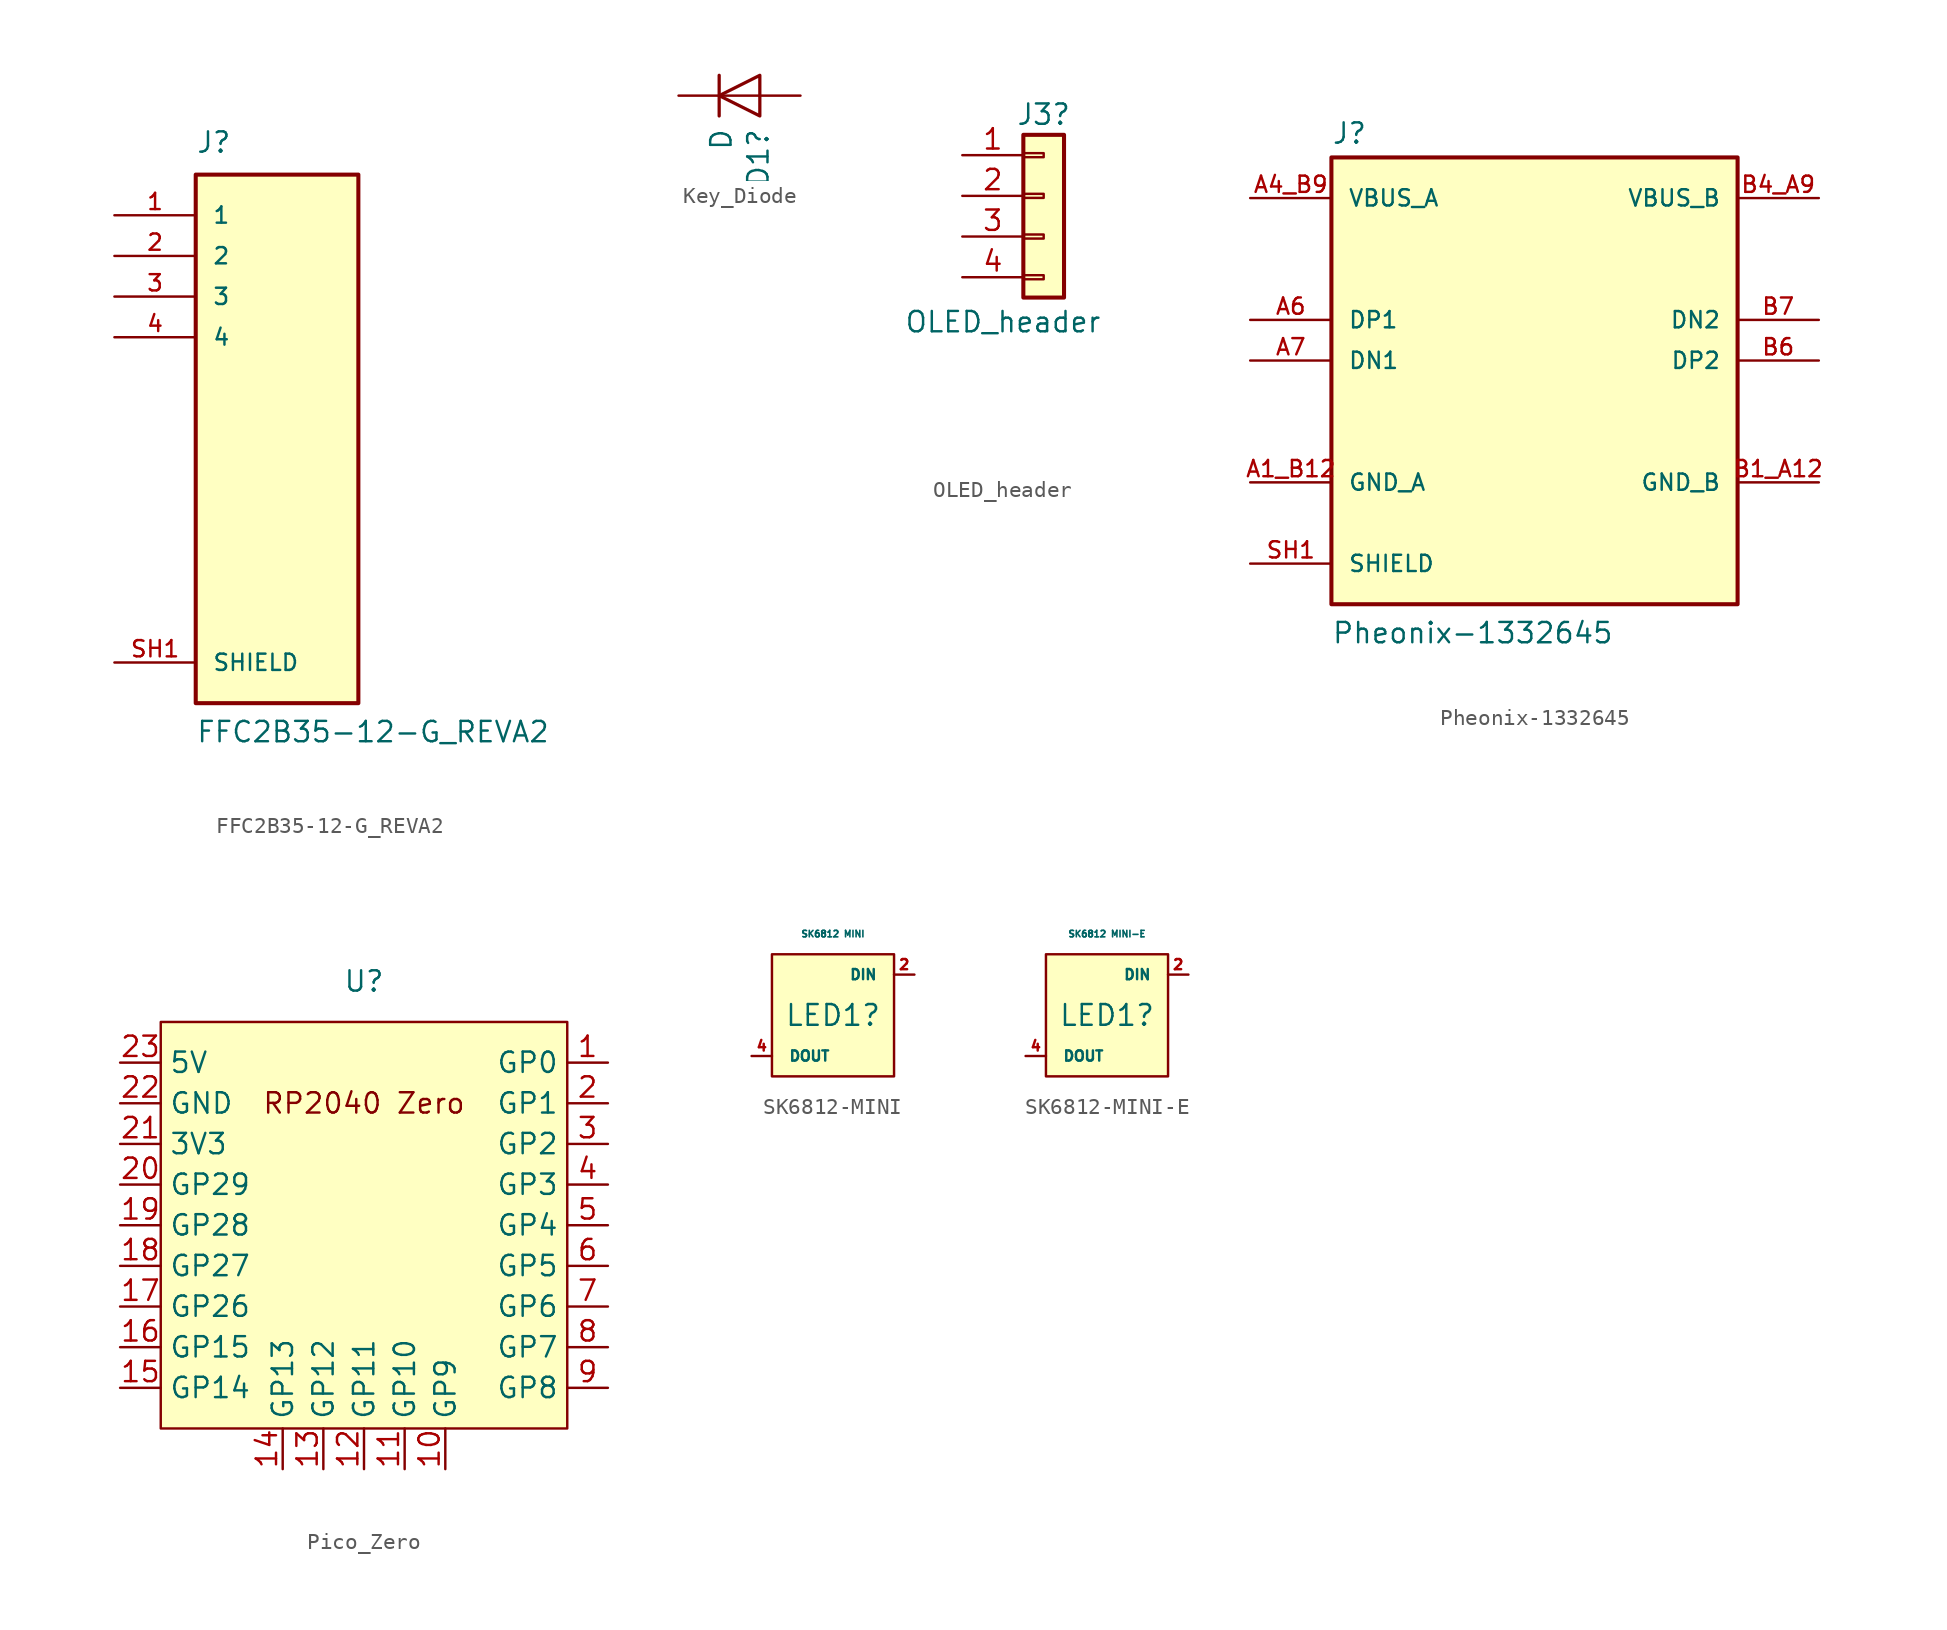
<source format=kicad_sym>
(kicad_symbol_lib
  (version 20241209)
  (generator "kicad_symbol_editor")
  (generator_version "9.0")
  (symbol "FFC2B35-12-G_REVA2"
    (pin_names
      (offset 1.016))
    (property "Reference" "J"
      (at -5.08 19.05 0)
      (effects (font (size 1.27 1.27)) (justify left bottom)))
    (property "Value" "FFC2B35-12-G_REVA2"
      (at -5.08 -17.78 0)
      (effects (font (size 1.27 1.27)) (justify left bottom)))
    (symbol "FFC2B35-12-G_REVA2_0_0"
      (rectangle (start -5.08 -15.24) (end 5.08 17.78) (stroke (width 0.254) (type default)) (fill (type background)))
      (pin passive line (at -10.16 15.24 0) (length 5.08) (name "1" (effects (font (size 1.016 1.016)))) (number "1" (effects (font (size 1.016 1.016)))))
      (pin passive line (at -10.16 12.7 0) (length 5.08) (name "2" (effects (font (size 1.016 1.016)))) (number "2" (effects (font (size 1.016 1.016)))))
      (pin passive line (at -10.16 10.16 0) (length 5.08) (name "3" (effects (font (size 1.016 1.016)))) (number "3" (effects (font (size 1.016 1.016)))))
      (pin passive line (at -10.16 7.62 0) (length 5.08) (name "4" (effects (font (size 1.016 1.016)))) (number "4" (effects (font (size 1.016 1.016))))))
    (symbol "FFC2B35-12-G_REVA2_1_0"
      (pin passive line (at -10.16 -12.7 0) (length 5.08) (name "SHIELD" (effects (font (size 1.016 1.016)))) (number "SH1" (effects (font (size 1.016 1.016)))))))
  (symbol "Key_Diode"
    (pin_numbers
      (hide yes))
    (pin_names
      (offset 1.016)
      (hide yes))
    (property "Reference" "D1"
      (at 1.168 -2.007 90)
      (effects (font (size 1.27 1.27)) (justify right)))
    (property "Value" "D"
      (at -1.143 -2.007 90)
      (effects (font (size 1.27 1.27)) (justify right)))
    (symbol "Key_Diode_0_1"
      (polyline (pts (xy -1.27 1.27) (xy -1.27 -1.27)) (stroke (width 0.203) (type solid)) (fill (type none)))
      (polyline (pts (xy 1.27 1.27) (xy 1.27 -1.27) (xy -1.27 0) (xy 1.27 1.27)) (stroke (width 0.203) (type solid)) (fill (type none)))
      (polyline (pts (xy 1.27 0) (xy -1.27 0)) (stroke (width 0) (type solid)) (fill (type none))))
    (symbol "Key_Diode_1_1"
      (pin passive line (at -3.81 0 0) (length 2.54) (name "K" (effects (font (size 1.27 1.27)))) (number "1" (effects (font (size 1.27 1.27)))))
      (pin passive line (at 3.81 0 180) (length 2.54) (name "A" (effects (font (size 1.27 1.27)))) (number "2" (effects (font (size 1.27 1.27)))))))
  (symbol "OLED_header"
    (pin_names
      (offset 1.016)
      (hide yes))
    (property "Reference" "J3"
      (at 0 5.08 0)
      (effects (font (size 1.27 1.27))))
    (property "Value" "OLED_header"
      (at -2.54 -7.874 0)
      (effects (font (size 1.27 1.27))))
    (symbol "OLED_header_1_1"
      (rectangle (start -1.27 3.81) (end 1.27 -6.35) (stroke (width 0.254) (type default)) (fill (type background)))
      (rectangle (start -1.27 2.667) (end 0 2.413) (stroke (width 0.152) (type default)) (fill (type none)))
      (rectangle (start -1.27 0.127) (end 0 -0.127) (stroke (width 0.152) (type default)) (fill (type none)))
      (rectangle (start -1.27 -2.413) (end 0 -2.667) (stroke (width 0.152) (type default)) (fill (type none)))
      (rectangle (start -1.27 -4.953) (end 0 -5.207) (stroke (width 0.152) (type default)) (fill (type none)))
      (pin bidirectional line (at -5.08 2.54 0) (length 3.81) (name "Pin_1" (effects (font (size 1.27 1.27)))) (number "1" (effects (font (size 1.27 1.27)))))
      (pin bidirectional line (at -5.08 0 0) (length 3.81) (name "Pin_2" (effects (font (size 1.27 1.27)))) (number "2" (effects (font (size 1.27 1.27)))))
      (pin power_in line (at -5.08 -2.54 0) (length 3.81) (name "Pin_3" (effects (font (size 1.27 1.27)))) (number "3" (effects (font (size 1.27 1.27)))))
      (pin power_in line (at -5.08 -5.08 0) (length 3.81) (name "Pin_4" (effects (font (size 1.27 1.27)))) (number "4" (effects (font (size 1.27 1.27)))))
      (pin free line (at -5.08 -7.62 0) (length 3.81) (hide yes) (name "Pin_1" (effects (font (size 1.27 1.27)))) (number "5" (effects (font (size 1.27 1.27)))))
      (pin free line (at -5.08 -10.16 0) (length 3.81) (hide yes) (name "Pin_2" (effects (font (size 1.27 1.27)))) (number "6" (effects (font (size 1.27 1.27)))))
      (pin free line (at -5.08 -12.7 0) (length 3.81) (hide yes) (name "Pin_3" (effects (font (size 1.27 1.27)))) (number "7" (effects (font (size 1.27 1.27)))))
      (pin free line (at -5.08 -15.24 0) (length 3.81) (hide yes) (name "Pin_4" (effects (font (size 1.27 1.27)))) (number "8" (effects (font (size 1.27 1.27)))))))
  (symbol "Pheonix-1332645"
    (pin_names
      (offset 1.016))
    (property "Reference" "J"
      (at -12.7 13.462 0)
      (effects (font (size 1.27 1.27)) (justify left bottom)))
    (property "Value" "Pheonix-1332645"
      (at -12.7 -17.78 0)
      (effects (font (size 1.27 1.27)) (justify left bottom)))
    (symbol "Pheonix-1332645_0_0"
      (rectangle (start -12.7 -15.24) (end 12.7 12.7) (stroke (width 0.254) (type default)) (fill (type background)))
      (pin power_in line (at -17.78 10.16 0) (length 5.08) (name "VBUS_A" (effects (font (size 1.016 1.016)))) (number "A4_B9" (effects (font (size 1.016 1.016)))))
      (pin bidirectional line (at -17.78 2.54 0) (length 5.08) (name "DP1" (effects (font (size 1.016 1.016)))) (number "A6" (effects (font (size 1.016 1.016)))))
      (pin bidirectional line (at -17.78 0 0) (length 5.08) (name "DN1" (effects (font (size 1.016 1.016)))) (number "A7" (effects (font (size 1.016 1.016)))))
      (pin power_in line (at -17.78 -7.62 0) (length 5.08) (name "GND_A" (effects (font (size 1.016 1.016)))) (number "A1_B12" (effects (font (size 1.016 1.016)))))
      (pin passive line (at -17.78 -12.7 0) (length 5.08) (name "SHIELD" (effects (font (size 1.016 1.016)))) (number "SH1" (effects (font (size 1.016 1.016)))))
      (pin passive line (at -17.78 -12.7 0) (length 5.08) (hide yes) (name "SHIELD" (effects (font (size 1.016 1.016)))) (number "SH2" (effects (font (size 1.016 1.016)))))
      (pin passive line (at -17.78 -12.7 0) (length 5.08) (hide yes) (name "SHIELD" (effects (font (size 1.016 1.016)))) (number "SH3" (effects (font (size 1.016 1.016)))))
      (pin passive line (at -17.78 -12.7 0) (length 5.08) (hide yes) (name "SHIELD" (effects (font (size 1.016 1.016)))) (number "SH4" (effects (font (size 1.016 1.016)))))
      (pin power_in line (at 17.78 10.16 180) (length 5.08) (name "VBUS_B" (effects (font (size 1.016 1.016)))) (number "B4_A9" (effects (font (size 1.016 1.016)))))
      (pin bidirectional line (at 17.78 2.54 180) (length 5.08) (name "DN2" (effects (font (size 1.016 1.016)))) (number "B7" (effects (font (size 1.016 1.016)))))
      (pin bidirectional line (at 17.78 0 180) (length 5.08) (name "DP2" (effects (font (size 1.016 1.016)))) (number "B6" (effects (font (size 1.016 1.016)))))
      (pin power_in line (at 17.78 -7.62 180) (length 5.08) (name "GND_B" (effects (font (size 1.016 1.016)))) (number "B1_A12" (effects (font (size 1.016 1.016)))))))
  (symbol "Pico_Zero"
    (property "Reference" "U"
      (at 0 0 0)
      (effects (font (size 1.27 1.27))))
    (property "Value" ""
      (at 0 0 0)
      (effects (font (size 1.27 1.27))))
    (symbol "Pico_Zero_0_1"
      (rectangle (start -12.7 -2.54) (end 12.7 -27.94) (stroke (width 0) (type default)) (fill (type background))))
    (symbol "Pico_Zero_1_1"
      (text "RP2040 Zero" (at 0 -7.62 0) (effects (font (size 1.27 1.27))))
      (pin power_out line (at -15.24 -5.08 0) (length 2.54) (name "5V" (effects (font (size 1.27 1.27)))) (number "23" (effects (font (size 1.27 1.27)))))
      (pin power_in line (at -15.24 -7.62 0) (length 2.54) (name "GND" (effects (font (size 1.27 1.27)))) (number "22" (effects (font (size 1.27 1.27)))))
      (pin power_out line (at -15.24 -10.16 0) (length 2.54) (name "3V3" (effects (font (size 1.27 1.27)))) (number "21" (effects (font (size 1.27 1.27)))))
      (pin bidirectional line (at -15.24 -12.7 0) (length 2.54) (name "GP29" (effects (font (size 1.27 1.27)))) (number "20" (effects (font (size 1.27 1.27)))))
      (pin bidirectional line (at -15.24 -15.24 0) (length 2.54) (name "GP28" (effects (font (size 1.27 1.27)))) (number "19" (effects (font (size 1.27 1.27)))))
      (pin bidirectional line (at -15.24 -17.78 0) (length 2.54) (name "GP27" (effects (font (size 1.27 1.27)))) (number "18" (effects (font (size 1.27 1.27)))))
      (pin bidirectional line (at -15.24 -20.32 0) (length 2.54) (name "GP26" (effects (font (size 1.27 1.27)))) (number "17" (effects (font (size 1.27 1.27)))))
      (pin bidirectional line (at -15.24 -22.86 0) (length 2.54) (name "GP15" (effects (font (size 1.27 1.27)))) (number "16" (effects (font (size 1.27 1.27)))))
      (pin bidirectional line (at -15.24 -25.4 0) (length 2.54) (name "GP14" (effects (font (size 1.27 1.27)))) (number "15" (effects (font (size 1.27 1.27)))))
      (pin bidirectional line (at -5.08 -30.48 90) (length 2.54) (name "GP13" (effects (font (size 1.27 1.27)))) (number "14" (effects (font (size 1.27 1.27)))))
      (pin bidirectional line (at -2.54 -30.48 90) (length 2.54) (name "GP12" (effects (font (size 1.27 1.27)))) (number "13" (effects (font (size 1.27 1.27)))))
      (pin bidirectional line (at 0 -30.48 90) (length 2.54) (name "GP11" (effects (font (size 1.27 1.27)))) (number "12" (effects (font (size 1.27 1.27)))))
      (pin bidirectional line (at 2.54 -30.48 90) (length 2.54) (name "GP10" (effects (font (size 1.27 1.27)))) (number "11" (effects (font (size 1.27 1.27)))))
      (pin bidirectional line (at 5.08 -30.48 90) (length 2.54) (name "GP9" (effects (font (size 1.27 1.27)))) (number "10" (effects (font (size 1.27 1.27)))))
      (pin bidirectional line (at 15.24 -5.08 180) (length 2.54) (name "GP0" (effects (font (size 1.27 1.27)))) (number "1" (effects (font (size 1.27 1.27)))))
      (pin bidirectional line (at 15.24 -7.62 180) (length 2.54) (name "GP1" (effects (font (size 1.27 1.27)))) (number "2" (effects (font (size 1.27 1.27)))))
      (pin bidirectional line (at 15.24 -10.16 180) (length 2.54) (name "GP2" (effects (font (size 1.27 1.27)))) (number "3" (effects (font (size 1.27 1.27)))))
      (pin bidirectional line (at 15.24 -12.7 180) (length 2.54) (name "GP3" (effects (font (size 1.27 1.27)))) (number "4" (effects (font (size 1.27 1.27)))))
      (pin bidirectional line (at 15.24 -15.24 180) (length 2.54) (name "GP4" (effects (font (size 1.27 1.27)))) (number "5" (effects (font (size 1.27 1.27)))))
      (pin bidirectional line (at 15.24 -17.78 180) (length 2.54) (name "GP5" (effects (font (size 1.27 1.27)))) (number "6" (effects (font (size 1.27 1.27)))))
      (pin bidirectional line (at 15.24 -20.32 180) (length 2.54) (name "GP6" (effects (font (size 1.27 1.27)))) (number "7" (effects (font (size 1.27 1.27)))))
      (pin bidirectional line (at 15.24 -22.86 180) (length 2.54) (name "GP7" (effects (font (size 1.27 1.27)))) (number "8" (effects (font (size 1.27 1.27)))))
      (pin bidirectional line (at 15.24 -25.4 180) (length 2.54) (name "GP8" (effects (font (size 1.27 1.27)))) (number "9" (effects (font (size 1.27 1.27)))))))
  (symbol "SK6812-MINI"
    (pin_names
      (offset 1.016))
    (property "Reference" "LED1"
      (at 0 0 0)
      (effects (font (size 1.295 1.295))))
    (property "Value" "SK6812 MINI"
      (at 0 5.08 0)
      (effects (font (size 0.406 0.406))))
    (symbol "SK6812-MINI_1_1"
      (rectangle (start -3.81 3.81) (end 3.81 -3.81) (stroke (width 0) (type solid)) (fill (type background)))
      (pin power_in line (at -5.08 2.54 0) (length 1.27) (hide yes) (name "VCC" (effects (font (size 0.635 0.635)))) (number "3" (effects (font (size 0.635 0.635)))))
      (pin output line (at -5.08 -2.54 0) (length 1.27) (name "DOUT" (effects (font (size 0.635 0.635)))) (number "4" (effects (font (size 0.635 0.635)))))
      (pin input line (at 5.08 2.54 180) (length 1.27) (name "DIN" (effects (font (size 0.635 0.635)))) (number "2" (effects (font (size 0.635 0.635)))))
      (pin power_in line (at 5.08 -2.54 180) (length 1.27) (hide yes) (name "GND" (effects (font (size 0.635 0.635)))) (number "1" (effects (font (size 0.635 0.635)))))))
  (symbol "SK6812-MINI-E"
    (pin_names
      (offset 1.016))
    (property "Reference" "LED1"
      (at 0 0 0)
      (effects (font (size 1.295 1.295))))
    (property "Value" "SK6812 MINI-E"
      (at 0 5.08 0)
      (effects (font (size 0.406 0.406))))
    (symbol "SK6812-MINI-E_1_1"
      (rectangle (start -3.81 3.81) (end 3.81 -3.81) (stroke (width 0) (type solid)) (fill (type background)))
      (pin power_in line (at -5.08 2.54 0) (length 1.27) (hide yes) (name "VCC" (effects (font (size 0.635 0.635)))) (number "3" (effects (font (size 0.635 0.635)))))
      (pin output line (at -5.08 -2.54 0) (length 1.27) (name "DOUT" (effects (font (size 0.635 0.635)))) (number "4" (effects (font (size 0.635 0.635)))))
      (pin input line (at 5.08 2.54 180) (length 1.27) (name "DIN" (effects (font (size 0.635 0.635)))) (number "2" (effects (font (size 0.635 0.635)))))
      (pin power_in line (at 5.08 -2.54 180) (length 1.27) (hide yes) (name "GND" (effects (font (size 0.635 0.635)))) (number "1" (effects (font (size 0.635 0.635))))))))
</source>
